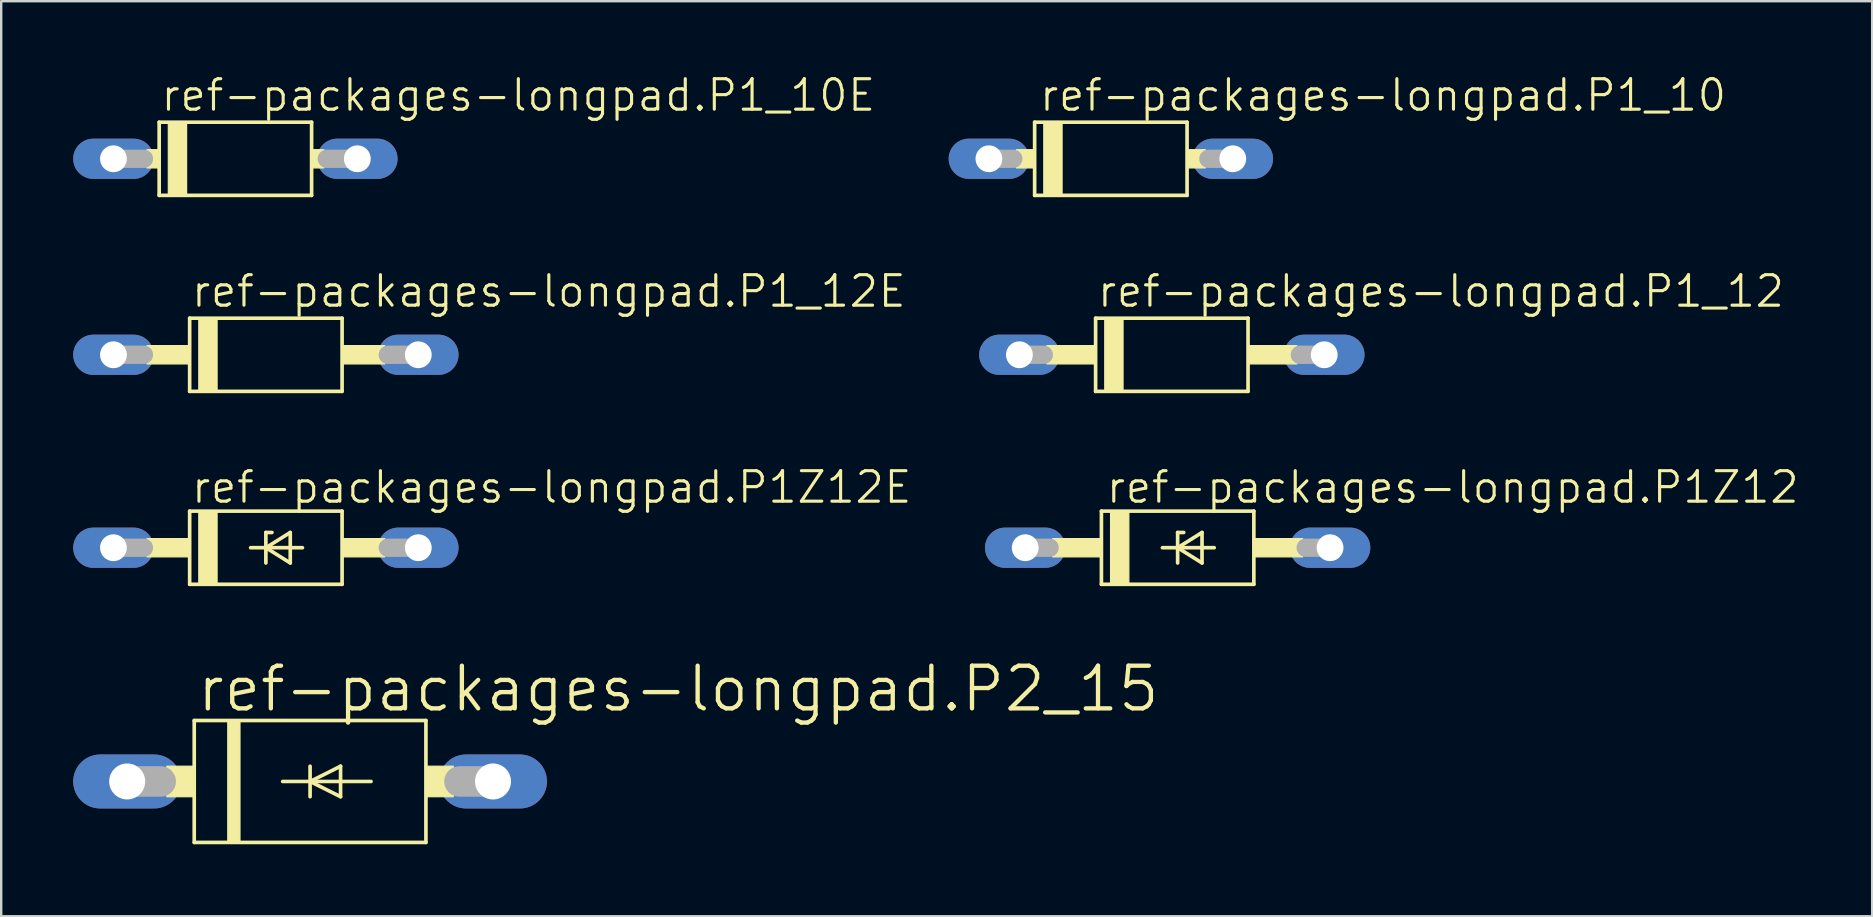
<source format=kicad_pcb>
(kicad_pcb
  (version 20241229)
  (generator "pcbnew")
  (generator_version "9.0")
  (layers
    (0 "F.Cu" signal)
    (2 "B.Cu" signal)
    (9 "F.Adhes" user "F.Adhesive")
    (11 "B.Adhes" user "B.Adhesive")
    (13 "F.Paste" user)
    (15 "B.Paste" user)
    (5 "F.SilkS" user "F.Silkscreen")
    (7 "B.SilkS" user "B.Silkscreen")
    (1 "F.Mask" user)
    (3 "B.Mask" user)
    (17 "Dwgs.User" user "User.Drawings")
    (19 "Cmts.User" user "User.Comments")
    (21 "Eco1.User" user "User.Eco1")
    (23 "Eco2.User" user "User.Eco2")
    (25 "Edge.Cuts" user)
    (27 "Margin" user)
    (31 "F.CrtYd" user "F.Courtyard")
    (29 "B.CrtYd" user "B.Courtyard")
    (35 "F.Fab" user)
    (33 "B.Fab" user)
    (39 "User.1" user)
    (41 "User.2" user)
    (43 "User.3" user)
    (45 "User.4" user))
  (footprint "ref-packages-longpad.P1_10E"
    (layer "F.Cu")
    (at 6.756 3.565)
    (property "Reference" "ref-packages-longpad.P1_10E" (at -3.175 -1.905 0) (layer "F.SilkS") (effects (font (size 1.27 1.27) (thickness 0.13)) (justify left bottom)))
    (attr through_hole)
    (fp_line (start -3.175 -1.524) (end -3.175 1.524) (stroke (width 0.152) (type default)) (layer "F.SilkS"))
    (fp_line (start -3.175 1.524) (end 3.175 1.524) (stroke (width 0.152) (type default)) (layer "F.SilkS"))
    (fp_line (start 3.175 -1.524) (end -3.175 -1.524) (stroke (width 0.152) (type default)) (layer "F.SilkS"))
    (fp_line (start 3.175 1.524) (end 3.175 -1.524) (stroke (width 0.152) (type default)) (layer "F.SilkS"))
    (fp_rect (start -3.683 0.381) (end -3.175 -0.381) (stroke (width 0.05) (type default)) (fill yes) (layer "F.SilkS"))
    (fp_rect (start -2.794 1.524) (end -2.032 -1.524) (stroke (width 0.05) (type default)) (fill yes) (layer "F.SilkS"))
    (fp_rect (start 3.175 0.381) (end 3.683 -0.381) (stroke (width 0.05) (type default)) (fill yes) (layer "F.SilkS"))
    (fp_line (start -5.08 0) (end -3.81 0) (stroke (width 0.762) (type default)) (layer "F.Fab"))
    (fp_line (start 5.08 0) (end 3.81 0) (stroke (width 0.762) (type default)) (layer "F.Fab"))
    (pad "A" thru_hole oval (at 5.08 0) (size 3.353 1.676) (drill 1.118) (layers "*.Cu" "*.Mask"))
    (pad "C" thru_hole oval (at -5.08 0) (size 3.353 1.676) (drill 1.118) (layers "*.Cu" "*.Mask")))
  (footprint "ref-packages-longpad.P1_12E"
    (layer "F.Cu")
    (at 8.026 11.73)
    (property "Reference" "ref-packages-longpad.P1_12E" (at -3.175 -1.905 0) (layer "F.SilkS") (effects (font (size 1.27 1.27) (thickness 0.13)) (justify left bottom)))
    (attr through_hole)
    (fp_line (start -3.175 -1.524) (end -3.175 1.524) (stroke (width 0.152) (type default)) (layer "F.SilkS"))
    (fp_line (start -3.175 1.524) (end 3.175 1.524) (stroke (width 0.152) (type default)) (layer "F.SilkS"))
    (fp_line (start 3.175 -1.524) (end -3.175 -1.524) (stroke (width 0.152) (type default)) (layer "F.SilkS"))
    (fp_line (start 3.175 1.524) (end 3.175 -1.524) (stroke (width 0.152) (type default)) (layer "F.SilkS"))
    (fp_rect (start -4.953 0.381) (end -3.175 -0.381) (stroke (width 0.05) (type default)) (fill yes) (layer "F.SilkS"))
    (fp_rect (start -2.794 1.524) (end -2.032 -1.524) (stroke (width 0.05) (type default)) (fill yes) (layer "F.SilkS"))
    (fp_rect (start 3.175 0.381) (end 4.953 -0.381) (stroke (width 0.05) (type default)) (fill yes) (layer "F.SilkS"))
    (fp_line (start -6.35 0) (end -5.08 0) (stroke (width 0.762) (type default)) (layer "F.Fab"))
    (fp_line (start 6.35 0) (end 5.08 0) (stroke (width 0.762) (type default)) (layer "F.Fab"))
    (pad "A" thru_hole oval (at 6.35 0) (size 3.353 1.676) (drill 1.118) (layers "*.Cu" "*.Mask"))
    (pad "C" thru_hole oval (at -6.35 0) (size 3.353 1.676) (drill 1.118) (layers "*.Cu" "*.Mask")))
  (footprint "ref-packages-longpad.P1Z12"
    (layer "F.Cu")
    (at 46.01 19.768)
    (property "Reference" "ref-packages-longpad.P1Z12" (at -3.048 -1.778 0) (layer "F.SilkS") (effects (font (size 1.27 1.27) (thickness 0.13)) (justify left bottom)))
    (attr through_hole)
    (fp_line (start -3.175 -1.524) (end -3.175 1.524) (stroke (width 0.152) (type default)) (layer "F.SilkS"))
    (fp_line (start -3.175 1.524) (end 3.175 1.524) (stroke (width 0.152) (type default)) (layer "F.SilkS"))
    (fp_line (start -0.635 0) (end 0 0) (stroke (width 0.152) (type default)) (layer "F.SilkS"))
    (fp_line (start 0 -0.635) (end 0 0) (stroke (width 0.152) (type default)) (layer "F.SilkS"))
    (fp_line (start 0 0) (end 0 0.635) (stroke (width 0.152) (type default)) (layer "F.SilkS"))
    (fp_line (start 0 0) (end 1.016 -0.635) (stroke (width 0.152) (type default)) (layer "F.SilkS"))
    (fp_line (start 0 0) (end 1.524 0) (stroke (width 0.152) (type default)) (layer "F.SilkS"))
    (fp_line (start 0.254 -0.635) (end 0 -0.635) (stroke (width 0.152) (type default)) (layer "F.SilkS"))
    (fp_line (start 1.016 -0.635) (end 1.016 0.635) (stroke (width 0.152) (type default)) (layer "F.SilkS"))
    (fp_line (start 1.016 0.635) (end 0 0) (stroke (width 0.152) (type default)) (layer "F.SilkS"))
    (fp_line (start 3.175 -1.524) (end -3.175 -1.524) (stroke (width 0.152) (type default)) (layer "F.SilkS"))
    (fp_line (start 3.175 1.524) (end 3.175 -1.524) (stroke (width 0.152) (type default)) (layer "F.SilkS"))
    (fp_rect (start -5.207 0.381) (end -3.175 -0.381) (stroke (width 0.05) (type default)) (fill yes) (layer "F.SilkS"))
    (fp_rect (start -2.794 1.524) (end -2.032 -1.524) (stroke (width 0.05) (type default)) (fill yes) (layer "F.SilkS"))
    (fp_rect (start 3.175 0.381) (end 5.207 -0.381) (stroke (width 0.05) (type default)) (fill yes) (layer "F.SilkS"))
    (fp_line (start -6.35 0) (end -5.334 0) (stroke (width 0.762) (type default)) (layer "F.Fab"))
    (fp_line (start 6.35 0) (end 5.334 0) (stroke (width 0.762) (type default)) (layer "F.Fab"))
    (pad "A" thru_hole oval (at 6.35 0) (size 3.353 1.676) (drill 1.118) (layers "*.Cu" "*.Mask"))
    (pad "C" thru_hole oval (at -6.35 0) (size 3.353 1.676) (drill 1.118) (layers "*.Cu" "*.Mask")))
  (footprint "ref-packages-longpad.P1_10"
    (layer "F.Cu")
    (at 43.228 3.565)
    (property "Reference" "ref-packages-longpad.P1_10" (at -3.048 -1.905 0) (layer "F.SilkS") (effects (font (size 1.27 1.27) (thickness 0.13)) (justify left bottom)))
    (attr through_hole)
    (fp_line (start -3.175 -1.524) (end -3.175 1.524) (stroke (width 0.152) (type default)) (layer "F.SilkS"))
    (fp_line (start -3.175 1.524) (end 3.175 1.524) (stroke (width 0.152) (type default)) (layer "F.SilkS"))
    (fp_line (start 3.175 -1.524) (end -3.175 -1.524) (stroke (width 0.152) (type default)) (layer "F.SilkS"))
    (fp_line (start 3.175 1.524) (end 3.175 -1.524) (stroke (width 0.152) (type default)) (layer "F.SilkS"))
    (fp_rect (start -3.937 0.381) (end -3.175 -0.381) (stroke (width 0.05) (type default)) (fill yes) (layer "F.SilkS"))
    (fp_rect (start -2.794 1.524) (end -2.032 -1.524) (stroke (width 0.05) (type default)) (fill yes) (layer "F.SilkS"))
    (fp_rect (start 3.175 0.381) (end 3.937 -0.381) (stroke (width 0.05) (type default)) (fill yes) (layer "F.SilkS"))
    (fp_line (start -5.08 0) (end -4.064 0) (stroke (width 0.762) (type default)) (layer "F.Fab"))
    (fp_line (start 5.08 0) (end 4.064 0) (stroke (width 0.762) (type default)) (layer "F.Fab"))
    (pad "A" thru_hole oval (at 5.08 0) (size 3.353 1.676) (drill 1.118) (layers "*.Cu" "*.Mask"))
    (pad "C" thru_hole oval (at -5.08 0) (size 3.353 1.676) (drill 1.118) (layers "*.Cu" "*.Mask")))
  (footprint "ref-packages-longpad.P1Z12E"
    (layer "F.Cu")
    (at 8.026 19.768)
    (property "Reference" "ref-packages-longpad.P1Z12E" (at -3.175 -1.778 0) (layer "F.SilkS") (effects (font (size 1.27 1.27) (thickness 0.13)) (justify left bottom)))
    (attr through_hole)
    (fp_line (start -3.175 -1.524) (end -3.175 1.524) (stroke (width 0.152) (type default)) (layer "F.SilkS"))
    (fp_line (start -3.175 1.524) (end 3.175 1.524) (stroke (width 0.152) (type default)) (layer "F.SilkS"))
    (fp_line (start -0.635 0) (end 0 0) (stroke (width 0.152) (type default)) (layer "F.SilkS"))
    (fp_line (start 0 -0.635) (end 0 0) (stroke (width 0.152) (type default)) (layer "F.SilkS"))
    (fp_line (start 0 0) (end 0 0.635) (stroke (width 0.152) (type default)) (layer "F.SilkS"))
    (fp_line (start 0 0) (end 1.016 -0.635) (stroke (width 0.152) (type default)) (layer "F.SilkS"))
    (fp_line (start 0 0) (end 1.524 0) (stroke (width 0.152) (type default)) (layer "F.SilkS"))
    (fp_line (start 0.254 -0.635) (end 0 -0.635) (stroke (width 0.152) (type default)) (layer "F.SilkS"))
    (fp_line (start 1.016 -0.635) (end 1.016 0.635) (stroke (width 0.152) (type default)) (layer "F.SilkS"))
    (fp_line (start 1.016 0.635) (end 0 0) (stroke (width 0.152) (type default)) (layer "F.SilkS"))
    (fp_line (start 3.175 -1.524) (end -3.175 -1.524) (stroke (width 0.152) (type default)) (layer "F.SilkS"))
    (fp_line (start 3.175 1.524) (end 3.175 -1.524) (stroke (width 0.152) (type default)) (layer "F.SilkS"))
    (fp_rect (start -4.953 0.381) (end -3.175 -0.381) (stroke (width 0.05) (type default)) (fill yes) (layer "F.SilkS"))
    (fp_rect (start -2.794 1.524) (end -2.032 -1.524) (stroke (width 0.05) (type default)) (fill yes) (layer "F.SilkS"))
    (fp_rect (start 3.175 0.381) (end 4.953 -0.381) (stroke (width 0.05) (type default)) (fill yes) (layer "F.SilkS"))
    (fp_line (start -6.35 0) (end -5.08 0) (stroke (width 0.762) (type default)) (layer "F.Fab"))
    (fp_line (start 6.35 0) (end 5.08 0) (stroke (width 0.762) (type default)) (layer "F.Fab"))
    (pad "A" thru_hole oval (at 6.35 0) (size 3.353 1.676) (drill 1.118) (layers "*.Cu" "*.Mask"))
    (pad "C" thru_hole oval (at -6.35 0) (size 3.353 1.676) (drill 1.118) (layers "*.Cu" "*.Mask")))
  (footprint "ref-packages-longpad.P2_15"
    (layer "F.Cu")
    (at 9.868 29.506)
    (property "Reference" "ref-packages-longpad.P2_15" (at -4.801 -2.819 0) (layer "F.SilkS") (effects (font (size 1.778 1.778) (thickness 0.18)) (justify left bottom)))
    (attr through_hole)
    (fp_line (start -4.826 -2.54) (end 4.826 -2.54) (stroke (width 0.152) (type default)) (layer "F.SilkS"))
    (fp_line (start -4.826 2.54) (end -4.826 -2.54) (stroke (width 0.152) (type default)) (layer "F.SilkS"))
    (fp_line (start -1.143 0) (end 0 0) (stroke (width 0.152) (type default)) (layer "F.SilkS"))
    (fp_line (start 0 -0.635) (end 0 0) (stroke (width 0.152) (type default)) (layer "F.SilkS"))
    (fp_line (start 0 0) (end 0 0.635) (stroke (width 0.152) (type default)) (layer "F.SilkS"))
    (fp_line (start 0 0) (end 1.27 -0.635) (stroke (width 0.152) (type default)) (layer "F.SilkS"))
    (fp_line (start 0 0) (end 2.54 0) (stroke (width 0.152) (type default)) (layer "F.SilkS"))
    (fp_line (start 1.27 -0.635) (end 1.27 0.635) (stroke (width 0.152) (type default)) (layer "F.SilkS"))
    (fp_line (start 1.27 0.635) (end 0 0) (stroke (width 0.152) (type default)) (layer "F.SilkS"))
    (fp_line (start 4.826 -2.54) (end 4.826 2.54) (stroke (width 0.152) (type default)) (layer "F.SilkS"))
    (fp_line (start 4.826 2.54) (end -4.826 2.54) (stroke (width 0.152) (type default)) (layer "F.SilkS"))
    (fp_rect (start -5.969 0.635) (end -4.826 -0.635) (stroke (width 0.05) (type default)) (fill yes) (layer "F.SilkS"))
    (fp_rect (start -3.429 2.54) (end -2.921 -2.54) (stroke (width 0.05) (type default)) (fill yes) (layer "F.SilkS"))
    (fp_rect (start 4.826 0.635) (end 5.969 -0.635) (stroke (width 0.05) (type default)) (fill yes) (layer "F.SilkS"))
    (fp_line (start -7.62 0) (end -6.223 0) (stroke (width 1.27) (type default)) (layer "F.Fab"))
    (fp_line (start 7.62 0) (end 6.223 0) (stroke (width 1.27) (type default)) (layer "F.Fab"))
    (pad "A" thru_hole oval (at 7.62 0) (size 4.496 2.248) (drill 1.499) (layers "*.Cu" "*.Mask"))
    (pad "C" thru_hole oval (at -7.62 0) (size 4.496 2.248) (drill 1.499) (layers "*.Cu" "*.Mask")))
  (footprint "ref-packages-longpad.P1_12"
    (layer "F.Cu")
    (at 45.768 11.73)
    (property "Reference" "ref-packages-longpad.P1_12" (at -3.175 -1.905 0) (layer "F.SilkS") (effects (font (size 1.27 1.27) (thickness 0.13)) (justify left bottom)))
    (attr through_hole)
    (fp_line (start -3.175 -1.524) (end -3.175 1.524) (stroke (width 0.152) (type default)) (layer "F.SilkS"))
    (fp_line (start -3.175 1.524) (end 3.175 1.524) (stroke (width 0.152) (type default)) (layer "F.SilkS"))
    (fp_line (start 3.175 -1.524) (end -3.175 -1.524) (stroke (width 0.152) (type default)) (layer "F.SilkS"))
    (fp_line (start 3.175 1.524) (end 3.175 -1.524) (stroke (width 0.152) (type default)) (layer "F.SilkS"))
    (fp_rect (start -5.207 0.381) (end -3.175 -0.381) (stroke (width 0.05) (type default)) (fill yes) (layer "F.SilkS"))
    (fp_rect (start -2.794 1.524) (end -2.032 -1.524) (stroke (width 0.05) (type default)) (fill yes) (layer "F.SilkS"))
    (fp_rect (start 3.175 0.381) (end 5.207 -0.381) (stroke (width 0.05) (type default)) (fill yes) (layer "F.SilkS"))
    (fp_line (start -6.35 0) (end -5.334 0) (stroke (width 0.762) (type default)) (layer "F.Fab"))
    (fp_line (start 6.35 0) (end 5.334 0) (stroke (width 0.762) (type default)) (layer "F.Fab"))
    (pad "A" thru_hole oval (at 6.35 0) (size 3.353 1.676) (drill 1.118) (layers "*.Cu" "*.Mask"))
    (pad "C" thru_hole oval (at -6.35 0) (size 3.353 1.676) (drill 1.118) (layers "*.Cu" "*.Mask")))
  (gr_rect
    (start -3 -3)
    (end 74.945 35.122)
    (stroke (width 0.1) (type default))
    (fill no)
    (layer "Edge.Cuts")))
</source>
